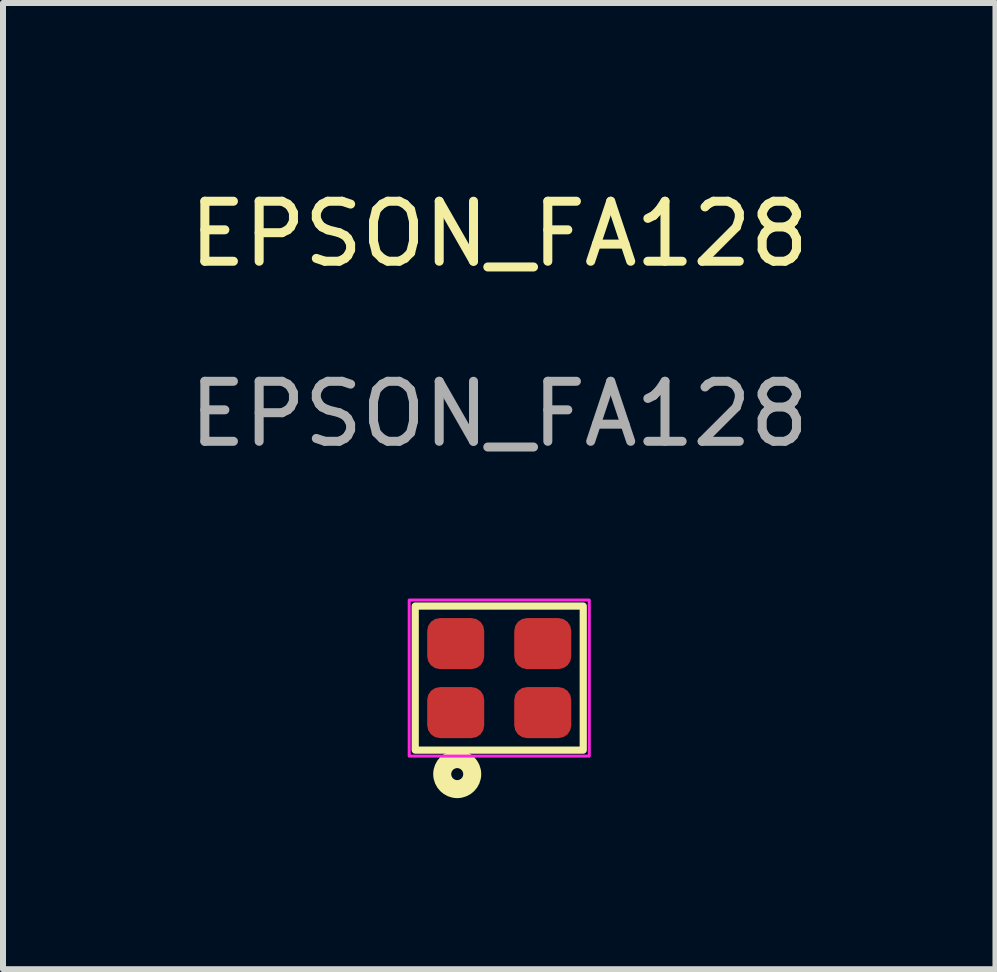
<source format=kicad_pcb>
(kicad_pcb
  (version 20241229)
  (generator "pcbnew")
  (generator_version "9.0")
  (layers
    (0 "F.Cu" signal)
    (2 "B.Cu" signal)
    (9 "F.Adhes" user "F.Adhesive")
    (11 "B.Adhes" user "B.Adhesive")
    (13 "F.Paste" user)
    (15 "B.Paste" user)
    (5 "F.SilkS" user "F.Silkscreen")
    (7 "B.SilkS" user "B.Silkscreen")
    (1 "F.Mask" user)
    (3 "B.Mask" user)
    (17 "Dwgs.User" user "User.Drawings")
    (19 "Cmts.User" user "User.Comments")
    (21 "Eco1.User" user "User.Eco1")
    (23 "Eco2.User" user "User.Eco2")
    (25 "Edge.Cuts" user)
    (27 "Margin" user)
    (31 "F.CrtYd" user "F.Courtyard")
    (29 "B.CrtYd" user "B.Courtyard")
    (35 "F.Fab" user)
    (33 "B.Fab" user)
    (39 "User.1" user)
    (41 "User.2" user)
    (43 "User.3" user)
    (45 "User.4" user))
  (footprint "EPSON_FA128"
    (layer "F.Cu")
    (at 5.268 8.248)
    (property "Reference" "EPSON_FA128" (at 0 -7.4 0) (unlocked yes) (layer "F.SilkS") (effects (font (size 1 1) (thickness 0.15))))
    (attr smd)
    (fp_rect (start -1.4 -1.2) (end 1.4 1.2) (stroke (width 0.12) (type solid)) (fill no) (layer "F.SilkS"))
    (fp_circle (center -0.7 1.6) (end -0.6 1.6) (stroke (width 0.3) (type solid)) (fill no) (layer "F.SilkS"))
    (fp_rect (start -1.5 -1.3) (end 1.5 1.3) (stroke (width 0.05) (type solid)) (fill no) (layer "F.CrtYd"))
    (fp_text user "${REFERENCE}" (at 0 -4.4 0) (unlocked yes) (layer "F.Fab") (effects (font (size 1 1) (thickness 0.15))))
    (pad "1" smd roundrect (at -0.725 0.575) (size 0.95 0.85) (layers "F.Cu" "F.Mask" "F.Paste") (roundrect_rratio 0.25))
    (pad "2" smd roundrect (at 0.725 0.575) (size 0.95 0.85) (layers "F.Cu" "F.Mask" "F.Paste") (roundrect_rratio 0.25))
    (pad "3" smd roundrect (at 0.725 -0.575) (size 0.95 0.85) (layers "F.Cu" "F.Mask" "F.Paste") (roundrect_rratio 0.25))
    (pad "4" smd roundrect (at -0.725 -0.575) (size 0.95 0.85) (layers "F.Cu" "F.Mask" "F.Paste") (roundrect_rratio 0.25)))
  (gr_rect
    (start -3 -3)
    (end 13.536 13.098)
    (stroke (width 0.1) (type default))
    (fill no)
    (layer "Edge.Cuts")))
</source>
